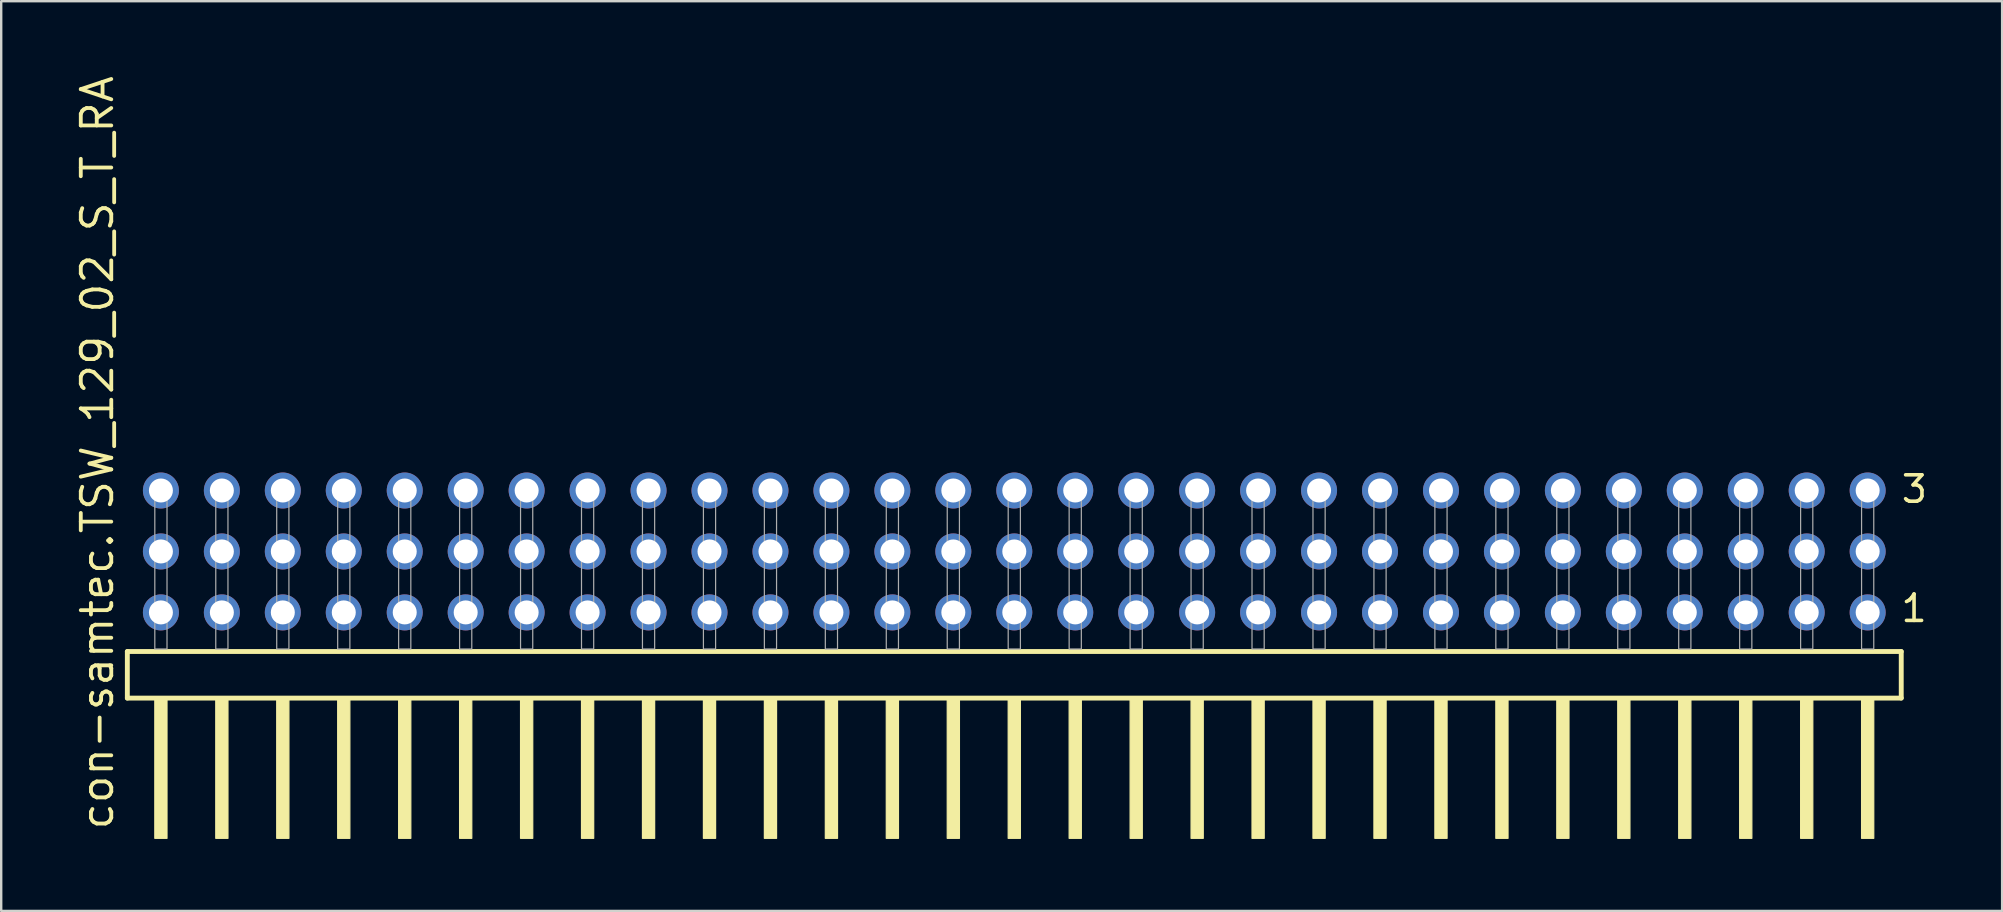
<source format=kicad_pcb>
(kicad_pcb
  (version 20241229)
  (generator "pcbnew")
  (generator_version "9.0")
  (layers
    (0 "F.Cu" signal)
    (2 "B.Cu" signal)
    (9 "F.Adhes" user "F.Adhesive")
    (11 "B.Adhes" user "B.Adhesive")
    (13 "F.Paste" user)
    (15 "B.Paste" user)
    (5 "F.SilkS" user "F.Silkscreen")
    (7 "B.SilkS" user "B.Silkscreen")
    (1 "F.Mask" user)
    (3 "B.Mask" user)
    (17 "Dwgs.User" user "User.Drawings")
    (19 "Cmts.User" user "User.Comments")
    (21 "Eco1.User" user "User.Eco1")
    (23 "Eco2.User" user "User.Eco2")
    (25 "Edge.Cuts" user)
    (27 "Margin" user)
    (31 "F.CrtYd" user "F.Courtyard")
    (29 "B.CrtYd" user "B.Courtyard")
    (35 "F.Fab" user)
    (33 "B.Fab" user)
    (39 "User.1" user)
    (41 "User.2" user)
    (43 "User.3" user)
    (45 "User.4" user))
  (footprint "con-samtec.TSW_129_02_S_T_RA"
    (layer "F.Cu")
    (at 39.215 23.993)
    (property "Reference" "con-samtec.TSW_129_02_S_T_RA" (at -37.465 7.62 90) (layer "F.SilkS") (effects (font (size 1.27 1.27) (thickness 0.16)) (justify left bottom)))
    (attr through_hole)
    (fp_line (start -36.959 0.106) (end -36.959 2.046) (stroke (width 0.203) (type default)) (layer "F.SilkS"))
    (fp_line (start -36.959 2.046) (end 36.959 2.046) (stroke (width 0.203) (type default)) (layer "F.SilkS"))
    (fp_line (start 36.959 0.106) (end -36.959 0.106) (stroke (width 0.203) (type default)) (layer "F.SilkS"))
    (fp_line (start 36.959 2.046) (end 36.959 0.106) (stroke (width 0.203) (type default)) (layer "F.SilkS"))
    (fp_rect (start -35.814 7.89) (end -35.306 2.04) (stroke (width 0.05) (type default)) (fill yes) (layer "F.SilkS"))
    (fp_rect (start -33.274 7.89) (end -32.766 2.04) (stroke (width 0.05) (type default)) (fill yes) (layer "F.SilkS"))
    (fp_rect (start -30.734 7.89) (end -30.226 2.04) (stroke (width 0.05) (type default)) (fill yes) (layer "F.SilkS"))
    (fp_rect (start -28.194 7.89) (end -27.686 2.04) (stroke (width 0.05) (type default)) (fill yes) (layer "F.SilkS"))
    (fp_rect (start -25.654 7.89) (end -25.146 2.04) (stroke (width 0.05) (type default)) (fill yes) (layer "F.SilkS"))
    (fp_rect (start -23.114 7.89) (end -22.606 2.04) (stroke (width 0.05) (type default)) (fill yes) (layer "F.SilkS"))
    (fp_rect (start -20.574 7.89) (end -20.066 2.04) (stroke (width 0.05) (type default)) (fill yes) (layer "F.SilkS"))
    (fp_rect (start -18.034 7.89) (end -17.526 2.04) (stroke (width 0.05) (type default)) (fill yes) (layer "F.SilkS"))
    (fp_rect (start -15.494 7.89) (end -14.986 2.04) (stroke (width 0.05) (type default)) (fill yes) (layer "F.SilkS"))
    (fp_rect (start -12.954 7.89) (end -12.446 2.04) (stroke (width 0.05) (type default)) (fill yes) (layer "F.SilkS"))
    (fp_rect (start -10.414 7.89) (end -9.906 2.04) (stroke (width 0.05) (type default)) (fill yes) (layer "F.SilkS"))
    (fp_rect (start -7.874 7.89) (end -7.366 2.04) (stroke (width 0.05) (type default)) (fill yes) (layer "F.SilkS"))
    (fp_rect (start -5.334 7.89) (end -4.826 2.04) (stroke (width 0.05) (type default)) (fill yes) (layer "F.SilkS"))
    (fp_rect (start -2.794 7.89) (end -2.286 2.04) (stroke (width 0.05) (type default)) (fill yes) (layer "F.SilkS"))
    (fp_rect (start -0.254 7.89) (end 0.254 2.04) (stroke (width 0.05) (type default)) (fill yes) (layer "F.SilkS"))
    (fp_rect (start 2.286 7.89) (end 2.794 2.04) (stroke (width 0.05) (type default)) (fill yes) (layer "F.SilkS"))
    (fp_rect (start 4.826 7.89) (end 5.334 2.04) (stroke (width 0.05) (type default)) (fill yes) (layer "F.SilkS"))
    (fp_rect (start 7.366 7.89) (end 7.874 2.04) (stroke (width 0.05) (type default)) (fill yes) (layer "F.SilkS"))
    (fp_rect (start 9.906 7.89) (end 10.414 2.04) (stroke (width 0.05) (type default)) (fill yes) (layer "F.SilkS"))
    (fp_rect (start 12.446 7.89) (end 12.954 2.04) (stroke (width 0.05) (type default)) (fill yes) (layer "F.SilkS"))
    (fp_rect (start 14.986 7.89) (end 15.494 2.04) (stroke (width 0.05) (type default)) (fill yes) (layer "F.SilkS"))
    (fp_rect (start 17.526 7.89) (end 18.034 2.04) (stroke (width 0.05) (type default)) (fill yes) (layer "F.SilkS"))
    (fp_rect (start 20.066 7.89) (end 20.574 2.04) (stroke (width 0.05) (type default)) (fill yes) (layer "F.SilkS"))
    (fp_rect (start 22.606 7.89) (end 23.114 2.04) (stroke (width 0.05) (type default)) (fill yes) (layer "F.SilkS"))
    (fp_rect (start 25.146 7.89) (end 25.654 2.04) (stroke (width 0.05) (type default)) (fill yes) (layer "F.SilkS"))
    (fp_rect (start 27.686 7.89) (end 28.194 2.04) (stroke (width 0.05) (type default)) (fill yes) (layer "F.SilkS"))
    (fp_rect (start 30.226 7.89) (end 30.734 2.04) (stroke (width 0.05) (type default)) (fill yes) (layer "F.SilkS"))
    (fp_rect (start 32.766 7.89) (end 33.274 2.04) (stroke (width 0.05) (type default)) (fill yes) (layer "F.SilkS"))
    (fp_rect (start 35.306 7.89) (end 35.814 2.04) (stroke (width 0.05) (type default)) (fill yes) (layer "F.SilkS"))
    (fp_rect (start -35.814 0) (end -35.306 -6.858) (stroke (width 0.05) (type default)) (fill no) (layer "F.Fab"))
    (fp_rect (start -33.274 0) (end -32.766 -6.858) (stroke (width 0.05) (type default)) (fill no) (layer "F.Fab"))
    (fp_rect (start -30.734 0) (end -30.226 -6.858) (stroke (width 0.05) (type default)) (fill no) (layer "F.Fab"))
    (fp_rect (start -28.194 0) (end -27.686 -6.858) (stroke (width 0.05) (type default)) (fill no) (layer "F.Fab"))
    (fp_rect (start -25.654 0) (end -25.146 -6.858) (stroke (width 0.05) (type default)) (fill no) (layer "F.Fab"))
    (fp_rect (start -23.114 0) (end -22.606 -6.858) (stroke (width 0.05) (type default)) (fill no) (layer "F.Fab"))
    (fp_rect (start -20.574 0) (end -20.066 -6.858) (stroke (width 0.05) (type default)) (fill no) (layer "F.Fab"))
    (fp_rect (start -18.034 0) (end -17.526 -6.858) (stroke (width 0.05) (type default)) (fill no) (layer "F.Fab"))
    (fp_rect (start -15.494 0) (end -14.986 -6.858) (stroke (width 0.05) (type default)) (fill no) (layer "F.Fab"))
    (fp_rect (start -12.954 0) (end -12.446 -6.858) (stroke (width 0.05) (type default)) (fill no) (layer "F.Fab"))
    (fp_rect (start -10.414 0) (end -9.906 -6.858) (stroke (width 0.05) (type default)) (fill no) (layer "F.Fab"))
    (fp_rect (start -7.874 0) (end -7.366 -6.858) (stroke (width 0.05) (type default)) (fill no) (layer "F.Fab"))
    (fp_rect (start -5.334 0) (end -4.826 -6.858) (stroke (width 0.05) (type default)) (fill no) (layer "F.Fab"))
    (fp_rect (start -2.794 0) (end -2.286 -6.858) (stroke (width 0.05) (type default)) (fill no) (layer "F.Fab"))
    (fp_rect (start -0.254 0) (end 0.254 -6.858) (stroke (width 0.05) (type default)) (fill no) (layer "F.Fab"))
    (fp_rect (start 2.286 0) (end 2.794 -6.858) (stroke (width 0.05) (type default)) (fill no) (layer "F.Fab"))
    (fp_rect (start 4.826 0) (end 5.334 -6.858) (stroke (width 0.05) (type default)) (fill no) (layer "F.Fab"))
    (fp_rect (start 7.366 0) (end 7.874 -6.858) (stroke (width 0.05) (type default)) (fill no) (layer "F.Fab"))
    (fp_rect (start 9.906 0) (end 10.414 -6.858) (stroke (width 0.05) (type default)) (fill no) (layer "F.Fab"))
    (fp_rect (start 12.446 0) (end 12.954 -6.858) (stroke (width 0.05) (type default)) (fill no) (layer "F.Fab"))
    (fp_rect (start 14.986 0) (end 15.494 -6.858) (stroke (width 0.05) (type default)) (fill no) (layer "F.Fab"))
    (fp_rect (start 17.526 0) (end 18.034 -6.858) (stroke (width 0.05) (type default)) (fill no) (layer "F.Fab"))
    (fp_rect (start 20.066 0) (end 20.574 -6.858) (stroke (width 0.05) (type default)) (fill no) (layer "F.Fab"))
    (fp_rect (start 22.606 0) (end 23.114 -6.858) (stroke (width 0.05) (type default)) (fill no) (layer "F.Fab"))
    (fp_rect (start 25.146 0) (end 25.654 -6.858) (stroke (width 0.05) (type default)) (fill no) (layer "F.Fab"))
    (fp_rect (start 27.686 0) (end 28.194 -6.858) (stroke (width 0.05) (type default)) (fill no) (layer "F.Fab"))
    (fp_rect (start 30.226 0) (end 30.734 -6.858) (stroke (width 0.05) (type default)) (fill no) (layer "F.Fab"))
    (fp_rect (start 32.766 0) (end 33.274 -6.858) (stroke (width 0.05) (type default)) (fill no) (layer "F.Fab"))
    (fp_rect (start 35.306 0) (end 35.814 -6.858) (stroke (width 0.05) (type default)) (fill no) (layer "F.Fab"))
    (fp_text user "3" (at 36.885 -6.015 0) (layer "F.SilkS") (effects (font (size 1.1 1.1) (thickness 0.15)) (justify left bottom)))
    (fp_text user "1" (at 36.87 -1.05 0) (layer "F.SilkS") (effects (font (size 1.1 1.1) (thickness 0.15)) (justify left bottom)))
    (pad "1" thru_hole circle (at 35.56 -1.524 180) (size 1.5 1.5) (drill 1) (layers "*.Cu" "*.Mask"))
    (pad "2" thru_hole circle (at 35.56 -4.064 180) (size 1.5 1.5) (drill 1) (layers "*.Cu" "*.Mask"))
    (pad "3" thru_hole circle (at 35.56 -6.604 180) (size 1.5 1.5) (drill 1) (layers "*.Cu" "*.Mask"))
    (pad "4" thru_hole circle (at 33.02 -1.524 180) (size 1.5 1.5) (drill 1) (layers "*.Cu" "*.Mask"))
    (pad "5" thru_hole circle (at 33.02 -4.064 180) (size 1.5 1.5) (drill 1) (layers "*.Cu" "*.Mask"))
    (pad "6" thru_hole circle (at 33.02 -6.604 180) (size 1.5 1.5) (drill 1) (layers "*.Cu" "*.Mask"))
    (pad "7" thru_hole circle (at 30.48 -1.524 180) (size 1.5 1.5) (drill 1) (layers "*.Cu" "*.Mask"))
    (pad "8" thru_hole circle (at 30.48 -4.064 180) (size 1.5 1.5) (drill 1) (layers "*.Cu" "*.Mask"))
    (pad "9" thru_hole circle (at 30.48 -6.604 180) (size 1.5 1.5) (drill 1) (layers "*.Cu" "*.Mask"))
    (pad "10" thru_hole circle (at 27.94 -1.524 180) (size 1.5 1.5) (drill 1) (layers "*.Cu" "*.Mask"))
    (pad "11" thru_hole circle (at 27.94 -4.064 180) (size 1.5 1.5) (drill 1) (layers "*.Cu" "*.Mask"))
    (pad "12" thru_hole circle (at 27.94 -6.604 180) (size 1.5 1.5) (drill 1) (layers "*.Cu" "*.Mask"))
    (pad "13" thru_hole circle (at 25.4 -1.524 180) (size 1.5 1.5) (drill 1) (layers "*.Cu" "*.Mask"))
    (pad "14" thru_hole circle (at 25.4 -4.064 180) (size 1.5 1.5) (drill 1) (layers "*.Cu" "*.Mask"))
    (pad "15" thru_hole circle (at 25.4 -6.604 180) (size 1.5 1.5) (drill 1) (layers "*.Cu" "*.Mask"))
    (pad "16" thru_hole circle (at 22.86 -1.524 180) (size 1.5 1.5) (drill 1) (layers "*.Cu" "*.Mask"))
    (pad "17" thru_hole circle (at 22.86 -4.064 180) (size 1.5 1.5) (drill 1) (layers "*.Cu" "*.Mask"))
    (pad "18" thru_hole circle (at 22.86 -6.604 180) (size 1.5 1.5) (drill 1) (layers "*.Cu" "*.Mask"))
    (pad "19" thru_hole circle (at 20.32 -1.524 180) (size 1.5 1.5) (drill 1) (layers "*.Cu" "*.Mask"))
    (pad "20" thru_hole circle (at 20.32 -4.064 180) (size 1.5 1.5) (drill 1) (layers "*.Cu" "*.Mask"))
    (pad "21" thru_hole circle (at 20.32 -6.604 180) (size 1.5 1.5) (drill 1) (layers "*.Cu" "*.Mask"))
    (pad "22" thru_hole circle (at 17.78 -1.524 180) (size 1.5 1.5) (drill 1) (layers "*.Cu" "*.Mask"))
    (pad "23" thru_hole circle (at 17.78 -4.064 180) (size 1.5 1.5) (drill 1) (layers "*.Cu" "*.Mask"))
    (pad "24" thru_hole circle (at 17.78 -6.604 180) (size 1.5 1.5) (drill 1) (layers "*.Cu" "*.Mask"))
    (pad "25" thru_hole circle (at 15.24 -1.524 180) (size 1.5 1.5) (drill 1) (layers "*.Cu" "*.Mask"))
    (pad "26" thru_hole circle (at 15.24 -4.064 180) (size 1.5 1.5) (drill 1) (layers "*.Cu" "*.Mask"))
    (pad "27" thru_hole circle (at 15.24 -6.604 180) (size 1.5 1.5) (drill 1) (layers "*.Cu" "*.Mask"))
    (pad "28" thru_hole circle (at 12.7 -1.524 180) (size 1.5 1.5) (drill 1) (layers "*.Cu" "*.Mask"))
    (pad "29" thru_hole circle (at 12.7 -4.064 180) (size 1.5 1.5) (drill 1) (layers "*.Cu" "*.Mask"))
    (pad "30" thru_hole circle (at 12.7 -6.604 180) (size 1.5 1.5) (drill 1) (layers "*.Cu" "*.Mask"))
    (pad "31" thru_hole circle (at 10.16 -1.524 180) (size 1.5 1.5) (drill 1) (layers "*.Cu" "*.Mask"))
    (pad "32" thru_hole circle (at 10.16 -4.064 180) (size 1.5 1.5) (drill 1) (layers "*.Cu" "*.Mask"))
    (pad "33" thru_hole circle (at 10.16 -6.604 180) (size 1.5 1.5) (drill 1) (layers "*.Cu" "*.Mask"))
    (pad "34" thru_hole circle (at 7.62 -1.524 180) (size 1.5 1.5) (drill 1) (layers "*.Cu" "*.Mask"))
    (pad "35" thru_hole circle (at 7.62 -4.064 180) (size 1.5 1.5) (drill 1) (layers "*.Cu" "*.Mask"))
    (pad "36" thru_hole circle (at 7.62 -6.604 180) (size 1.5 1.5) (drill 1) (layers "*.Cu" "*.Mask"))
    (pad "37" thru_hole circle (at 5.08 -1.524 180) (size 1.5 1.5) (drill 1) (layers "*.Cu" "*.Mask"))
    (pad "38" thru_hole circle (at 5.08 -4.064 180) (size 1.5 1.5) (drill 1) (layers "*.Cu" "*.Mask"))
    (pad "39" thru_hole circle (at 5.08 -6.604 180) (size 1.5 1.5) (drill 1) (layers "*.Cu" "*.Mask"))
    (pad "40" thru_hole circle (at 2.54 -1.524 180) (size 1.5 1.5) (drill 1) (layers "*.Cu" "*.Mask"))
    (pad "41" thru_hole circle (at 2.54 -4.064 180) (size 1.5 1.5) (drill 1) (layers "*.Cu" "*.Mask"))
    (pad "42" thru_hole circle (at 2.54 -6.604 180) (size 1.5 1.5) (drill 1) (layers "*.Cu" "*.Mask"))
    (pad "43" thru_hole circle (at 0 -1.524 180) (size 1.5 1.5) (drill 1) (layers "*.Cu" "*.Mask"))
    (pad "44" thru_hole circle (at 0 -4.064 180) (size 1.5 1.5) (drill 1) (layers "*.Cu" "*.Mask"))
    (pad "45" thru_hole circle (at 0 -6.604 180) (size 1.5 1.5) (drill 1) (layers "*.Cu" "*.Mask"))
    (pad "46" thru_hole circle (at -2.54 -1.524 180) (size 1.5 1.5) (drill 1) (layers "*.Cu" "*.Mask"))
    (pad "47" thru_hole circle (at -2.54 -4.064 180) (size 1.5 1.5) (drill 1) (layers "*.Cu" "*.Mask"))
    (pad "48" thru_hole circle (at -2.54 -6.604 180) (size 1.5 1.5) (drill 1) (layers "*.Cu" "*.Mask"))
    (pad "49" thru_hole circle (at -5.08 -1.524 180) (size 1.5 1.5) (drill 1) (layers "*.Cu" "*.Mask"))
    (pad "50" thru_hole circle (at -5.08 -4.064 180) (size 1.5 1.5) (drill 1) (layers "*.Cu" "*.Mask"))
    (pad "51" thru_hole circle (at -5.08 -6.604 180) (size 1.5 1.5) (drill 1) (layers "*.Cu" "*.Mask"))
    (pad "52" thru_hole circle (at -7.62 -1.524 180) (size 1.5 1.5) (drill 1) (layers "*.Cu" "*.Mask"))
    (pad "53" thru_hole circle (at -7.62 -4.064 180) (size 1.5 1.5) (drill 1) (layers "*.Cu" "*.Mask"))
    (pad "54" thru_hole circle (at -7.62 -6.604 180) (size 1.5 1.5) (drill 1) (layers "*.Cu" "*.Mask"))
    (pad "55" thru_hole circle (at -10.16 -1.524 180) (size 1.5 1.5) (drill 1) (layers "*.Cu" "*.Mask"))
    (pad "56" thru_hole circle (at -10.16 -4.064 180) (size 1.5 1.5) (drill 1) (layers "*.Cu" "*.Mask"))
    (pad "57" thru_hole circle (at -10.16 -6.604 180) (size 1.5 1.5) (drill 1) (layers "*.Cu" "*.Mask"))
    (pad "58" thru_hole circle (at -12.7 -1.524 180) (size 1.5 1.5) (drill 1) (layers "*.Cu" "*.Mask"))
    (pad "59" thru_hole circle (at -12.7 -4.064 180) (size 1.5 1.5) (drill 1) (layers "*.Cu" "*.Mask"))
    (pad "60" thru_hole circle (at -12.7 -6.604 180) (size 1.5 1.5) (drill 1) (layers "*.Cu" "*.Mask"))
    (pad "61" thru_hole circle (at -15.24 -1.524 180) (size 1.5 1.5) (drill 1) (layers "*.Cu" "*.Mask"))
    (pad "62" thru_hole circle (at -15.24 -4.064 180) (size 1.5 1.5) (drill 1) (layers "*.Cu" "*.Mask"))
    (pad "63" thru_hole circle (at -15.24 -6.604 180) (size 1.5 1.5) (drill 1) (layers "*.Cu" "*.Mask"))
    (pad "64" thru_hole circle (at -17.78 -1.524 180) (size 1.5 1.5) (drill 1) (layers "*.Cu" "*.Mask"))
    (pad "65" thru_hole circle (at -17.78 -4.064 180) (size 1.5 1.5) (drill 1) (layers "*.Cu" "*.Mask"))
    (pad "66" thru_hole circle (at -17.78 -6.604 180) (size 1.5 1.5) (drill 1) (layers "*.Cu" "*.Mask"))
    (pad "67" thru_hole circle (at -20.32 -1.524 180) (size 1.5 1.5) (drill 1) (layers "*.Cu" "*.Mask"))
    (pad "68" thru_hole circle (at -20.32 -4.064 180) (size 1.5 1.5) (drill 1) (layers "*.Cu" "*.Mask"))
    (pad "69" thru_hole circle (at -20.32 -6.604 180) (size 1.5 1.5) (drill 1) (layers "*.Cu" "*.Mask"))
    (pad "70" thru_hole circle (at -22.86 -1.524 180) (size 1.5 1.5) (drill 1) (layers "*.Cu" "*.Mask"))
    (pad "71" thru_hole circle (at -22.86 -4.064 180) (size 1.5 1.5) (drill 1) (layers "*.Cu" "*.Mask"))
    (pad "72" thru_hole circle (at -22.86 -6.604 180) (size 1.5 1.5) (drill 1) (layers "*.Cu" "*.Mask"))
    (pad "73" thru_hole circle (at -25.4 -1.524 180) (size 1.5 1.5) (drill 1) (layers "*.Cu" "*.Mask"))
    (pad "74" thru_hole circle (at -25.4 -4.064 180) (size 1.5 1.5) (drill 1) (layers "*.Cu" "*.Mask"))
    (pad "75" thru_hole circle (at -25.4 -6.604 180) (size 1.5 1.5) (drill 1) (layers "*.Cu" "*.Mask"))
    (pad "76" thru_hole circle (at -27.94 -1.524 180) (size 1.5 1.5) (drill 1) (layers "*.Cu" "*.Mask"))
    (pad "77" thru_hole circle (at -27.94 -4.064 180) (size 1.5 1.5) (drill 1) (layers "*.Cu" "*.Mask"))
    (pad "78" thru_hole circle (at -27.94 -6.604 180) (size 1.5 1.5) (drill 1) (layers "*.Cu" "*.Mask"))
    (pad "79" thru_hole circle (at -30.48 -1.524 180) (size 1.5 1.5) (drill 1) (layers "*.Cu" "*.Mask"))
    (pad "80" thru_hole circle (at -30.48 -4.064 180) (size 1.5 1.5) (drill 1) (layers "*.Cu" "*.Mask"))
    (pad "81" thru_hole circle (at -30.48 -6.604 180) (size 1.5 1.5) (drill 1) (layers "*.Cu" "*.Mask"))
    (pad "82" thru_hole circle (at -33.02 -1.524 180) (size 1.5 1.5) (drill 1) (layers "*.Cu" "*.Mask"))
    (pad "83" thru_hole circle (at -33.02 -4.064 180) (size 1.5 1.5) (drill 1) (layers "*.Cu" "*.Mask"))
    (pad "84" thru_hole circle (at -33.02 -6.604 180) (size 1.5 1.5) (drill 1) (layers "*.Cu" "*.Mask"))
    (pad "85" thru_hole circle (at -35.56 -1.524 180) (size 1.5 1.5) (drill 1) (layers "*.Cu" "*.Mask"))
    (pad "86" thru_hole circle (at -35.56 -4.064 180) (size 1.5 1.5) (drill 1) (layers "*.Cu" "*.Mask"))
    (pad "87" thru_hole circle (at -35.56 -6.604 180) (size 1.5 1.5) (drill 1) (layers "*.Cu" "*.Mask")))
  (gr_rect
    (start -3 -3)
    (end 80.378 34.908)
    (stroke (width 0.1) (type default))
    (fill no)
    (layer "Edge.Cuts")))
</source>
